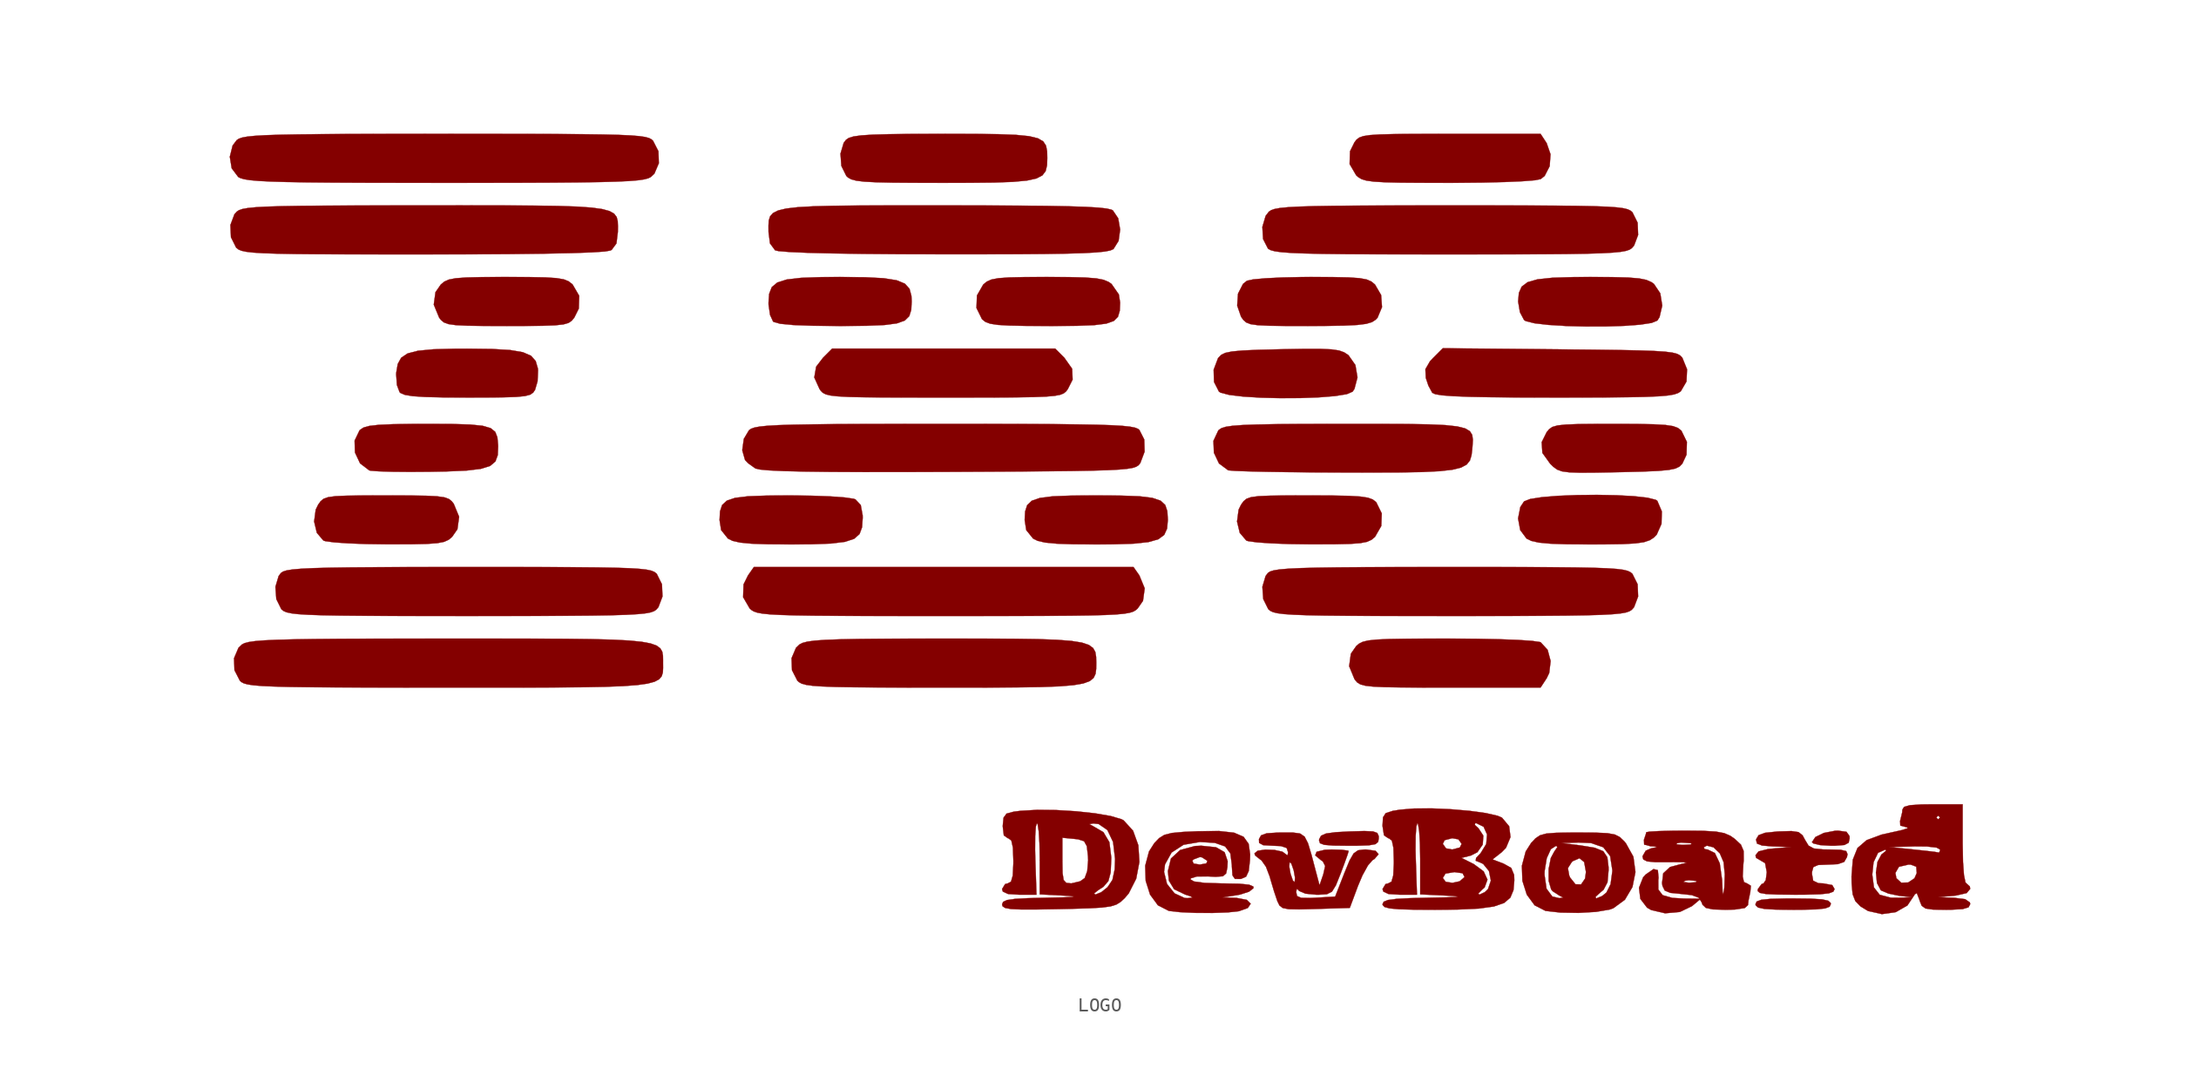
<source format=kicad_sym>
(kicad_symbol_lib
  (version 20220914)
  (generator "bitmap2component")
  (generator_version "9.0")
  (symbol "LOGO"
    (pin_names
      (offset 1.016))
    (property "Reference" "#G"
      (at 0 66.918 0)
      (effects (font (size 1.27 1.27)) hide))
    (symbol "LOGO_0_0"
      (polyline (pts (xy 10.263 -35.585) (xy 11.045 -35.499) (xy 11.683 -35.271) (xy 11.888 -34.962) (xy 11.613 -34.687) (xy 10.876 -34.549) (xy 9.863 -34.511) (xy 10.922 -34.346) (xy 11.133 -34.307) (xy 11.778 -34.097) (xy 12.093 -33.844) (xy 12.077 -33.728) (xy 11.772 -33.598) (xy 11.064 -33.528) (xy 9.885 -33.506) (xy 9.787 -33.506) (xy 8.583 -33.469) (xy 7.827 -33.37) (xy 7.566 -33.216) (xy 7.602 -33.139) (xy 8.025 -33.01) (xy 8.849 -33.005) (xy 9.372 -33.032) (xy 9.898 -32.993) (xy 10.13 -32.785) (xy 10.22 -32.334) (xy 10.237 -31.913) (xy 10.017 -31.267) (xy 9.403 -30.913) (xy 8.344 -30.804) (xy 7.889 -30.825) (xy 6.827 -31.112) (xy 6.17 -31.721) (xy 6.13 -31.885) (xy 7.701 -31.885) (xy 7.788 -31.786) (xy 8.241 -31.615) (xy 8.39 -31.634) (xy 8.782 -31.885) (xy 8.711 -32.071) (xy 8.241 -32.155) (xy 7.798 -32.084) (xy 7.701 -31.885) (xy 6.13 -31.885) (xy 5.949 -32.628) (xy 6.021 -33.307) (xy 6.394 -33.925) (xy 7.184 -34.305) (xy 7.574 -34.43) (xy 7.706 -34.527) (xy 7.363 -34.564) (xy 7.152 -34.553) (xy 6.425 -34.218) (xy 5.885 -33.543) (xy 5.674 -32.683) (xy 5.742 -32.141) (xy 6.215 -31.29) (xy 7.075 -30.734) (xy 8.247 -30.534) (xy 9.32 -30.599) (xy 10.054 -30.854) (xy 10.432 -31.361) (xy 10.538 -32.184) (xy 10.539 -32.287) (xy 10.582 -32.928) (xy 10.757 -33.183) (xy 11.146 -33.187) (xy 11.206 -33.178) (xy 11.561 -33.023) (xy 11.746 -32.624) (xy 11.836 -31.833) (xy 11.849 -31.421) (xy 11.741 -30.666) (xy 11.38 -30.162) (xy 10.698 -29.869) (xy 9.624 -29.749) (xy 8.089 -29.764) (xy 7.062 -29.811) (xy 6.233 -29.888) (xy 5.698 -30.024) (xy 5.323 -30.254) (xy 4.975 -30.617) (xy 4.595 -31.214) (xy 4.322 -32.239) (xy 4.357 -33.319) (xy 4.671 -34.311) (xy 5.235 -35.078) (xy 6.018 -35.478) (xy 6.814 -35.569) (xy 7.934 -35.62) (xy 9.155 -35.625) (xy 10.263 -35.585)) (stroke (width 0.01) (type default)) (fill (type outline)))
      (polyline (pts (xy 36.653 -35.548) (xy 37.627 -35.384) (xy 37.898 -35.289) (xy 38.731 -34.679) (xy 39.273 -33.766) (xy 39.487 -32.692) (xy 39.341 -31.595) (xy 38.799 -30.617) (xy 38.677 -30.477) (xy 38.37 -30.182) (xy 38.01 -30) (xy 37.476 -29.903) (xy 36.646 -29.865) (xy 35.398 -29.858) (xy 34.892 -29.859) (xy 33.809 -29.874) (xy 33.099 -29.93) (xy 32.642 -30.054) (xy 32.316 -30.274) (xy 32.003 -30.61) (xy 34.182 -30.61) (xy 35.405 -30.572) (xy 36.294 -30.609) (xy 37.179 -30.914) (xy 37.675 -31.55) (xy 37.83 -32.557) (xy 37.829 -32.638) (xy 37.705 -33.563) (xy 37.405 -34.163) (xy 37.096 -34.412) (xy 36.669 -34.587) (xy 36.625 -34.465) (xy 36.959 -34.166) (xy 37.207 -33.955) (xy 37.483 -33.423) (xy 37.559 -32.561) (xy 37.557 -32.333) (xy 37.471 -31.628) (xy 37.18 -31.199) (xy 36.571 -30.949) (xy 35.533 -30.779) (xy 34.182 -30.61) (xy 32.003 -30.61) (xy 31.997 -30.617) (xy 31.617 -31.214) (xy 31.343 -32.239) (xy 31.364 -32.894) (xy 32.966 -32.894) (xy 32.974 -32.613) (xy 33.123 -31.7) (xy 33.419 -31.051) (xy 33.805 -30.804) (xy 33.885 -30.904) (xy 33.661 -31.229) (xy 33.417 -31.684) (xy 33.275 -32.409) (xy 34.642 -32.409) (xy 34.919 -31.978) (xy 34.991 -31.91) (xy 35.472 -31.7) (xy 35.81 -31.974) (xy 35.938 -32.683) (xy 35.876 -33.157) (xy 35.589 -33.577) (xy 35.187 -33.568) (xy 34.801 -33.086) (xy 34.737 -32.938) (xy 34.642 -32.409) (xy 33.275 -32.409) (xy 33.26 -32.484) (xy 33.262 -33.323) (xy 33.443 -33.939) (xy 33.561 -34.075) (xy 34.047 -34.39) (xy 34.062 -34.396) (xy 34.308 -34.522) (xy 34.033 -34.566) (xy 33.525 -34.446) (xy 33.109 -33.884) (xy 32.966 -32.894) (xy 31.364 -32.894) (xy 31.378 -33.319) (xy 31.693 -34.311) (xy 32.256 -35.078) (xy 33.039 -35.478) (xy 34.102 -35.598) (xy 35.395 -35.621) (xy 36.653 -35.548)) (stroke (width 0.01) (type default)) (fill (type outline)))
      (polyline (pts (xy 42.674 -35.553) (xy 43.542 -35.137) (xy 44.18 -34.605) (xy 42.964 -34.592) (xy 42.136 -34.547) (xy 41.439 -34.35) (xy 41.13 -33.943) (xy 41.126 -33.266) (xy 41.145 -33.107) (xy 41.095 -32.555) (xy 40.785 -32.477) (xy 40.215 -32.873) (xy 40.04 -33.065) (xy 39.742 -33.819) (xy 39.84 -34.619) (xy 40.322 -35.247) (xy 40.62 -35.416) (xy 41.616 -35.65) (xy 42.674 -35.553)) (stroke (width 0.01) (type default)) (fill (type outline)))
      (polyline (pts (xy 58.162 -35.567) (xy 58.995 -35.092) (xy 59.513 -34.317) (xy 59.522 -34.292) (xy 59.671 -34.204) (xy 59.848 -34.655) (xy 59.873 -34.745) (xy 60.021 -35.111) (xy 60.295 -35.306) (xy 60.833 -35.384) (xy 61.773 -35.398) (xy 62.128 -35.395) (xy 62.958 -35.348) (xy 63.381 -35.221) (xy 63.5 -34.992) (xy 63.477 -34.872) (xy 63.142 -34.639) (xy 62.352 -34.54) (xy 61.203 -34.493) (xy 62.352 -34.389) (xy 62.485 -34.376) (xy 63.248 -34.2) (xy 63.5 -33.896) (xy 63.472 -33.724) (xy 63.23 -33.506) (xy 63.16 -33.43) (xy 63.053 -32.913) (xy 62.984 -31.968) (xy 62.959 -30.669) (xy 62.959 -27.832) (xy 60.798 -27.832) (xy 59.991 -27.841) (xy 59.179 -27.896) (xy 58.757 -28.016) (xy 58.636 -28.215) (xy 58.621 -28.417) (xy 58.533 -28.778) (xy 61.068 -28.778) (xy 61.203 -28.642) (xy 61.338 -28.778) (xy 61.203 -28.913) (xy 61.068 -28.778) (xy 58.533 -28.778) (xy 58.472 -29.026) (xy 58.487 -29.36) (xy 58.945 -29.48) (xy 58.965 -29.481) (xy 59.025 -29.543) (xy 58.636 -29.672) (xy 57.876 -29.842) (xy 57.143 -30.006) (xy 56.073 -30.4) (xy 55.496 -30.898) (xy 57.69 -30.898) (xy 59.514 -30.851) (xy 60.407 -30.859) (xy 61.087 -30.937) (xy 61.338 -31.074) (xy 61.336 -31.14) (xy 61.271 -31.298) (xy 61.01 -31.252) (xy 60.352 -31.171) (xy 59.447 -31.074) (xy 57.69 -30.898) (xy 55.496 -30.898) (xy 55.414 -30.968) (xy 55.08 -31.803) (xy 54.998 -32.871) (xy 56.474 -32.871) (xy 56.567 -31.988) (xy 56.889 -31.312) (xy 57.407 -31.083) (xy 57.48 -31.147) (xy 57.218 -31.366) (xy 57.133 -31.43) (xy 56.85 -31.964) (xy 56.74 -32.727) (xy 56.742 -32.752) (xy 58.134 -32.752) (xy 58.39 -32.313) (xy 59.076 -32.155) (xy 59.237 -32.16) (xy 59.63 -32.306) (xy 59.668 -32.763) (xy 59.5 -33.141) (xy 59.054 -33.44) (xy 58.551 -33.455) (xy 58.206 -33.133) (xy 58.134 -32.752) (xy 56.742 -32.752) (xy 56.813 -33.481) (xy 57.084 -33.992) (xy 57.108 -34.011) (xy 57.629 -34.233) (xy 58.367 -34.387) (xy 59.312 -34.501) (xy 58.366 -34.536) (xy 57.803 -34.53) (xy 57.011 -34.322) (xy 56.595 -33.793) (xy 56.474 -32.871) (xy 54.998 -32.871) (xy 54.988 -32.997) (xy 54.994 -33.502) (xy 55.066 -34.279) (xy 55.259 -34.772) (xy 55.626 -35.151) (xy 56.171 -35.484) (xy 57.169 -35.709) (xy 58.162 -35.567)) (stroke (width 0.01) (type default)) (fill (type outline)))
      (polyline (pts (xy -3.47 -35.377) (xy -1.897 -35.35) (xy -1.034 -35.331) (xy 0.287 -35.292) (xy 1.213 -35.239) (xy 1.837 -35.155) (xy 2.254 -35.024) (xy 2.561 -34.832) (xy 2.851 -34.562) (xy 3.139 -34.226) (xy 3.676 -33.169) (xy 3.905 -31.967) (xy 3.829 -30.769) (xy 3.451 -29.724) (xy 2.772 -28.98) (xy 2.622 -28.901) (xy 1.853 -28.673) (xy 0.726 -28.479) (xy -0.622 -28.332) (xy -2.054 -28.245) (xy -3.432 -28.23) (xy -4.619 -28.299) (xy -5.108 -28.36) (xy -5.625 -28.5) (xy -5.838 -28.79) (xy -5.894 -29.351) (xy -5.896 -29.418) (xy -5.819 -30.062) (xy -5.531 -30.264) (xy -5.497 -30.265) (xy -5.28 -30.431) (xy -5.167 -30.939) (xy -5.134 -31.885) (xy -5.135 -32.08) (xy -5.178 -32.94) (xy -5.304 -33.382) (xy -5.539 -33.506) (xy -5.728 -33.553) (xy -5.945 -33.912) (xy -5.891 -34.09) (xy -5.518 -34.265) (xy -4.71 -34.317) (xy -3.476 -34.317) (xy -3.562 -31.749) (xy -3.577 -31.083) (xy -3.57 -30.105) (xy -3.524 -29.432) (xy -3.445 -29.182) (xy -3.403 -29.252) (xy 0.314 -29.252) (xy 0.608 -29.204) (xy 0.981 -29.245) (xy 1.611 -29.68) (xy 2.018 -30.536) (xy 2.162 -31.75) (xy 2.134 -32.495) (xy 1.971 -33.256) (xy 1.621 -33.776) (xy 1.168 -34.139) (xy 0.743 -34.309) (xy 0.656 -34.226) (xy 0.946 -33.994) (xy 1.321 -33.753) (xy 1.679 -33.338) (xy 1.845 -32.717) (xy 1.887 -31.724) (xy 1.887 -31.635) (xy 1.751 -30.546) (xy 1.324 -29.829) (xy 0.54 -29.375) (xy 0.54 -29.374) (xy 0.314 -29.252) (xy -3.403 -29.252) (xy -3.393 -29.267) (xy -3.316 -29.775) (xy -3.263 -30.637) (xy -3.243 -31.738) (xy -3.243 -31.868) (xy -1.621 -31.868) (xy -1.621 -30.23) (xy -0.743 -30.314) (xy -0.494 -30.342) (xy -0.062 -30.479) (xy 0.134 -30.833) (xy 0.219 -31.567) (xy 0.23 -31.848) (xy 0.164 -32.624) (xy -0.017 -33.121) (xy -0.341 -33.354) (xy -0.979 -33.506) (xy -0.986 -33.506) (xy -1.338 -33.467) (xy -1.528 -33.264) (xy -1.606 -32.773) (xy -1.621 -31.868) (xy -3.243 -31.868) (xy -3.243 -34.292) (xy -1.419 -34.387) (xy -1.198 -34.399) (xy -0.793 -34.44) (xy -0.923 -34.476) (xy -1.583 -34.508) (xy -2.77 -34.534) (xy -4.071 -34.565) (xy -5.018 -34.616) (xy -5.59 -34.699) (xy -5.87 -34.827) (xy -5.945 -35.012) (xy -5.909 -35.147) (xy -5.722 -35.269) (xy -5.305 -35.343) (xy -4.58 -35.377) (xy -3.47 -35.377)) (stroke (width 0.01) (type default)) (fill (type outline)))
      (polyline (pts (xy 16.521 -35.34) (xy 18.998 -35.263) (xy 19.589 -33.676) (xy 19.904 -32.934) (xy 20.301 -32.214) (xy 20.628 -31.839) (xy 20.771 -31.752) (xy 21.061 -31.412) (xy 20.851 -31.168) (xy 20.173 -31.074) (xy 20.039 -31.075) (xy 19.59 -31.131) (xy 19.272 -31.356) (xy 18.98 -31.862) (xy 18.61 -32.763) (xy 17.949 -34.452) (xy 16.541 -34.534) (xy 16.169 -34.552) (xy 15.51 -34.541) (xy 15.213 -34.411) (xy 15.153 -34.128) (xy 15.193 -33.894) (xy 15.311 -33.979) (xy 15.359 -34.047) (xy 15.82 -34.242) (xy 16.603 -34.317) (xy 16.782 -34.317) (xy 17.36 -34.279) (xy 17.721 -34.095) (xy 18.001 -33.644) (xy 18.337 -32.807) (xy 18.595 -32.121) (xy 18.826 -31.477) (xy 18.915 -31.186) (xy 18.859 -31.152) (xy 18.424 -31.096) (xy 17.699 -31.074) (xy 17.204 -31.095) (xy 16.618 -31.238) (xy 16.516 -31.493) (xy 16.923 -31.834) (xy 17.061 -31.925) (xy 17.23 -32.259) (xy 17.095 -32.861) (xy 16.826 -33.641) (xy 16.505 -32.425) (xy 16.249 -31.454) (xy 16.002 -30.628) (xy 15.756 -30.15) (xy 15.425 -29.925) (xy 14.925 -29.859) (xy 14.167 -29.858) (xy 13.805 -29.861) (xy 13.032 -29.913) (xy 12.632 -30.059) (xy 12.481 -30.331) (xy 12.494 -30.602) (xy 12.785 -30.763) (xy 13.491 -30.804) (xy 14.053 -30.828) (xy 14.471 -30.966) (xy 14.57 -31.277) (xy 14.531 -31.507) (xy 14.412 -31.412) (xy 14.162 -31.229) (xy 13.598 -31.106) (xy 12.938 -31.082) (xy 12.389 -31.163) (xy 12.159 -31.353) (xy 12.206 -31.5) (xy 12.562 -31.786) (xy 12.656 -31.846) (xy 12.971 -32.293) (xy 14.654 -32.293) (xy 14.681 -31.976) (xy 14.812 -32.097) (xy 14.977 -32.58) (xy 15.069 -33.099) (xy 15.042 -33.416) (xy 14.912 -33.294) (xy 14.746 -32.812) (xy 14.654 -32.293) (xy 12.971 -32.293) (xy 12.983 -32.309) (xy 13.257 -33.027) (xy 13.303 -33.197) (xy 13.563 -34.072) (xy 13.797 -34.766) (xy 13.808 -34.794) (xy 13.953 -35.09) (xy 14.182 -35.269) (xy 14.612 -35.354) (xy 15.353 -35.37) (xy 16.521 -35.34)) (stroke (width 0.01) (type default)) (fill (type outline)))
      (polyline (pts (xy 26.718 -35.383) (xy 28.233 -35.314) (xy 29.328 -35.164) (xy 30.067 -34.91) (xy 30.515 -34.528) (xy 30.738 -33.992) (xy 30.8 -33.28) (xy 30.783 -32.893) (xy 30.577 -32.395) (xy 30.02 -32.083) (xy 29.235 -31.786) (xy 29.885 -31.276) (xy 30.206 -30.948) (xy 30.525 -30.183) (xy 30.428 -29.404) (xy 29.913 -28.789) (xy 29.601 -28.654) (xy 28.751 -28.46) (xy 27.588 -28.3) (xy 26.253 -28.185) (xy 24.885 -28.125) (xy 23.624 -28.132) (xy 22.609 -28.216) (xy 22.071 -28.304) (xy 21.574 -28.466) (xy 21.38 -28.767) (xy 21.347 -29.335) (xy 21.347 -29.392) (xy 21.45 -30.055) (xy 21.752 -30.264) (xy 21.801 -30.267) (xy 22.016 -30.438) (xy 22.126 -30.944) (xy 22.157 -31.885) (xy 22.157 -32.08) (xy 22.114 -32.94) (xy 21.987 -33.382) (xy 21.752 -33.506) (xy 21.563 -33.553) (xy 21.347 -33.912) (xy 21.401 -34.09) (xy 21.773 -34.265) (xy 22.581 -34.317) (xy 23.816 -34.317) (xy 23.73 -31.749) (xy 23.714 -31.083) (xy 23.722 -30.105) (xy 23.768 -29.432) (xy 23.846 -29.182) (xy 23.898 -29.267) (xy 23.976 -29.775) (xy 24.029 -30.638) (xy 24.03 -30.669) (xy 25.67 -30.669) (xy 25.802 -30.405) (xy 26.346 -30.264) (xy 26.786 -30.343) (xy 27.021 -30.669) (xy 26.889 -30.933) (xy 26.346 -31.074) (xy 25.905 -30.995) (xy 25.67 -30.669) (xy 24.03 -30.669) (xy 24.048 -31.677) (xy 27.008 -31.677) (xy 27.686 -31.507) (xy 28.15 -31.271) (xy 28.533 -30.719) (xy 28.576 -30.078) (xy 28.225 -29.546) (xy 27.967 -29.31) (xy 27.996 -29.183) (xy 28.07 -29.186) (xy 28.596 -29.442) (xy 28.844 -29.996) (xy 28.784 -30.681) (xy 28.386 -31.331) (xy 28.058 -31.679) (xy 28.03 -31.88) (xy 28.386 -32.024) (xy 28.566 -32.11) (xy 28.98 -32.62) (xy 29.118 -33.306) (xy 28.91 -33.915) (xy 28.686 -34.13) (xy 28.288 -34.317) (xy 28.217 -34.232) (xy 28.485 -33.961) (xy 28.672 -33.793) (xy 28.873 -33.235) (xy 28.602 -32.644) (xy 27.892 -32.119) (xy 27.008 -31.677) (xy 24.048 -31.677) (xy 24.049 -31.738) (xy 24.049 -33.119) (xy 25.67 -33.119) (xy 25.862 -32.802) (xy 26.503 -32.696) (xy 27.084 -32.776) (xy 27.226 -33.033) (xy 27.213 -33.066) (xy 26.88 -33.354) (xy 26.36 -33.467) (xy 25.881 -33.393) (xy 25.67 -33.119) (xy 24.049 -33.119) (xy 24.049 -34.293) (xy 26.008 -34.386) (xy 26.388 -34.407) (xy 26.752 -34.445) (xy 26.588 -34.478) (xy 25.89 -34.508) (xy 24.657 -34.533) (xy 23.353 -34.563) (xy 22.353 -34.614) (xy 21.74 -34.695) (xy 21.432 -34.818) (xy 21.347 -34.992) (xy 21.355 -35.054) (xy 21.491 -35.2) (xy 21.858 -35.299) (xy 22.531 -35.36) (xy 23.59 -35.39) (xy 25.112 -35.398) (xy 26.718 -35.383)) (stroke (width 0.01) (type default)) (fill (type outline)))
      (polyline (pts (xy 46.612 -35.382) (xy 47.328 -35.274) (xy 47.561 -35.06) (xy 47.595 -34.743) (xy 47.728 -34.114) (xy 47.767 -33.674) (xy 47.493 -33.506) (xy 47.272 -33.41) (xy 47.18 -33.012) (xy 47.222 -32.199) (xy 47.251 -31.868) (xy 47.246 -31.173) (xy 47.054 -30.724) (xy 46.605 -30.307) (xy 46.304 -30.096) (xy 45.862 -29.902) (xy 45.259 -29.789) (xy 44.368 -29.736) (xy 43.062 -29.723) (xy 42.188 -29.729) (xy 41.193 -29.752) (xy 40.513 -29.79) (xy 40.262 -29.836) (xy 40.241 -29.946) (xy 40.098 -30.377) (xy 40.111 -30.696) (xy 42.407 -30.696) (xy 42.491 -30.618) (xy 42.751 -30.576) (xy 43.437 -30.618) (xy 43.513 -30.643) (xy 43.455 -30.713) (xy 42.964 -30.741) (xy 42.78 -30.739) (xy 42.407 -30.696) (xy 40.111 -30.696) (xy 40.112 -30.712) (xy 40.571 -30.841) (xy 40.923 -30.864) (xy 41.023 -30.904) (xy 40.976 -30.915) (xy 44.385 -30.915) (xy 44.612 -30.797) (xy 45.09 -30.918) (xy 45.541 -31.352) (xy 45.812 -31.986) (xy 45.895 -32.846) (xy 45.865 -33.795) (xy 45.839 -34.001) (xy 45.78 -34.301) (xy 45.741 -34.117) (xy 45.709 -33.421) (xy 45.703 -33.265) (xy 45.536 -32.068) (xy 45.186 -31.328) (xy 44.666 -31.074) (xy 44.457 -31.05) (xy 44.385 -30.915) (xy 40.976 -30.915) (xy 40.599 -30.995) (xy 40.224 -31.161) (xy 39.991 -31.566) (xy 40.052 -31.788) (xy 40.327 -31.928) (xy 40.923 -31.985) (xy 41.95 -31.983) (xy 42.223 -31.98) (xy 42.911 -31.986) (xy 43.178 -32.019) (xy 42.965 -32.073) (xy 42.912 -32.08) (xy 41.966 -32.332) (xy 41.48 -32.782) (xy 41.406 -33.405) (xy 42.926 -33.405) (xy 43.036 -33.319) (xy 43.311 -33.276) (xy 43.847 -33.329) (xy 43.871 -33.34) (xy 43.831 -33.424) (xy 43.369 -33.454) (xy 43.285 -33.452) (xy 42.926 -33.405) (xy 41.406 -33.405) (xy 41.396 -33.483) (xy 41.428 -33.689) (xy 41.59 -34.021) (xy 41.994 -34.185) (xy 42.791 -34.265) (xy 43.528 -34.346) (xy 44.028 -34.533) (xy 44.241 -34.873) (xy 44.298 -35.035) (xy 44.539 -35.264) (xy 45.051 -35.371) (xy 45.968 -35.398) (xy 46.612 -35.382)) (stroke (width 0.01) (type default)) (fill (type outline)))
      (polyline (pts (xy 51.362 -35.396) (xy 52.432 -35.37) (xy 53.086 -35.303) (xy 53.413 -35.181) (xy 53.502 -34.992) (xy 53.489 -34.908) (xy 53.316 -34.748) (xy 52.869 -34.65) (xy 52.06 -34.601) (xy 50.8 -34.587) (xy 50.238 -34.589) (xy 49.168 -34.615) (xy 48.514 -34.682) (xy 48.187 -34.803) (xy 48.098 -34.992) (xy 48.111 -35.077) (xy 48.284 -35.237) (xy 48.731 -35.335) (xy 49.54 -35.384) (xy 50.8 -35.398) (xy 51.362 -35.396)) (stroke (width 0.01) (type default)) (fill (type outline)))
      (polyline (pts (xy 51.68 -34.314) (xy 52.726 -34.286) (xy 53.366 -34.217) (xy 53.685 -34.097) (xy 53.772 -33.912) (xy 53.605 -33.627) (xy 52.962 -33.506) (xy 52.609 -33.49) (xy 52.238 -33.314) (xy 52.151 -32.831) (xy 52.154 -32.674) (xy 52.252 -32.33) (xy 52.597 -32.185) (xy 53.335 -32.155) (xy 54.001 -32.124) (xy 54.461 -31.965) (xy 54.661 -31.615) (xy 54.7 -31.405) (xy 54.605 -31.188) (xy 54.206 -31.095) (xy 53.385 -31.074) (xy 52.954 -31.07) (xy 52.281 -31) (xy 51.904 -30.795) (xy 51.654 -30.385) (xy 51.476 -30.056) (xy 51.188 -29.827) (xy 50.679 -29.752) (xy 49.789 -29.777) (xy 49.649 -29.785) (xy 48.782 -29.876) (xy 48.321 -30.045) (xy 48.148 -30.331) (xy 48.141 -30.375) (xy 48.204 -30.648) (xy 48.572 -30.791) (xy 49.361 -30.853) (xy 50.665 -30.902) (xy 49.381 -31.003) (xy 48.996 -31.042) (xy 48.314 -31.213) (xy 48.098 -31.494) (xy 48.145 -31.676) (xy 48.503 -31.885) (xy 48.788 -32.052) (xy 48.908 -32.696) (xy 48.908 -32.705) (xy 48.837 -33.271) (xy 48.667 -33.506) (xy 48.535 -33.554) (xy 48.27 -33.912) (xy 48.252 -34.05) (xy 48.409 -34.186) (xy 48.853 -34.267) (xy 49.67 -34.307) (xy 50.944 -34.317) (xy 51.68 -34.314)) (stroke (width 0.01) (type default)) (fill (type outline)))
      (polyline (pts (xy 19.533 -30.802) (xy 20.371 -30.773) (xy 20.835 -30.691) (xy 21.034 -30.526) (xy 21.076 -30.252) (xy 21.069 -30.101) (xy 20.97 -29.886) (xy 20.663 -29.777) (xy 20.038 -29.75) (xy 18.985 -29.779) (xy 17.984 -29.833) (xy 17.294 -29.927) (xy 16.937 -30.084) (xy 16.804 -30.331) (xy 16.792 -30.422) (xy 16.861 -30.624) (xy 17.167 -30.739) (xy 17.812 -30.792) (xy 18.895 -30.804) (xy 19.533 -30.802)) (stroke (width 0.01) (type default)) (fill (type outline)))
      (polyline (pts (xy 53.815 -30.802) (xy 54.48 -30.75) (xy 54.782 -30.588) (xy 54.853 -30.264) (xy 54.842 -30.108) (xy 54.626 -29.804) (xy 54.025 -29.723) (xy 53.808 -29.731) (xy 53.002 -29.885) (xy 52.392 -30.181) (xy 52.151 -30.544) (xy 52.242 -30.637) (xy 52.731 -30.757) (xy 53.502 -30.804) (xy 53.815 -30.802)) (stroke (width 0.01) (type default)) (fill (type outline)))
      (polyline (pts (xy -40.66 -19.455) (xy -38.169 -19.449) (xy -36.111 -19.433) (xy -34.444 -19.402) (xy -33.128 -19.352) (xy -32.12 -19.277) (xy -31.381 -19.173) (xy -30.868 -19.035) (xy -30.541 -18.859) (xy -30.358 -18.639) (xy -30.278 -18.371) (xy -30.261 -18.051) (xy -30.264 -17.672) (xy -30.263 -17.514) (xy -30.27 -17.17) (xy -30.322 -16.881) (xy -30.46 -16.641) (xy -30.725 -16.445) (xy -31.159 -16.29) (xy -31.804 -16.171) (xy -32.7 -16.082) (xy -33.888 -16.02) (xy -35.41 -15.98) (xy -37.308 -15.957) (xy -39.623 -15.946) (xy -42.395 -15.943) (xy -45.666 -15.943) (xy -48.325 -15.944) (xy -51.09 -15.948) (xy -53.394 -15.958) (xy -55.281 -15.974) (xy -56.794 -15.997) (xy -57.977 -16.029) (xy -58.873 -16.071) (xy -59.527 -16.124) (xy -59.982 -16.19) (xy -60.281 -16.269) (xy -60.468 -16.363) (xy -60.719 -16.602) (xy -61.036 -17.347) (xy -61.008 -18.206) (xy -60.621 -18.961) (xy -60.507 -19.064) (xy -60.33 -19.156) (xy -60.05 -19.232) (xy -59.625 -19.295) (xy -59.01 -19.344) (xy -58.161 -19.382) (xy -57.036 -19.411) (xy -55.589 -19.431) (xy -53.777 -19.444) (xy -51.556 -19.451) (xy -48.883 -19.454) (xy -45.713 -19.455) (xy -43.624 -19.456) (xy -40.66 -19.455)) (stroke (width 0.01) (type default)) (fill (type outline)))
      (polyline (pts (xy -7.008 -19.454) (xy -4.862 -19.444) (xy -3.15 -19.418) (xy -1.822 -19.368) (xy -0.83 -19.285) (xy -0.125 -19.163) (xy 0.342 -18.993) (xy 0.621 -18.766) (xy 0.759 -18.476) (xy 0.806 -18.114) (xy 0.811 -17.672) (xy 0.802 -17.258) (xy 0.743 -16.904) (xy 0.585 -16.619) (xy 0.279 -16.397) (xy -0.225 -16.23) (xy -0.974 -16.11) (xy -2.019 -16.029) (xy -3.409 -15.979) (xy -5.191 -15.954) (xy -7.417 -15.944) (xy -10.133 -15.943) (xy -12.194 -15.944) (xy -14.416 -15.952) (xy -16.192 -15.968) (xy -17.576 -15.995) (xy -18.621 -16.034) (xy -19.38 -16.088) (xy -19.907 -16.16) (xy -20.254 -16.251) (xy -20.476 -16.363) (xy -20.727 -16.602) (xy -21.045 -17.347) (xy -21.016 -18.206) (xy -20.63 -18.961) (xy -20.516 -19.067) (xy -20.319 -19.175) (xy -20.008 -19.261) (xy -19.531 -19.328) (xy -18.834 -19.377) (xy -17.864 -19.412) (xy -16.566 -19.435) (xy -14.889 -19.448) (xy -12.778 -19.454) (xy -10.18 -19.455) (xy -9.636 -19.455) (xy -7.008 -19.454)) (stroke (width 0.01) (type default)) (fill (type outline)))
      (polyline (pts (xy 33.119 -18.791) (xy 33.302 -18.409) (xy 33.404 -17.555) (xy 33.189 -16.75) (xy 32.691 -16.21) (xy 32.626 -16.187) (xy 32.068 -16.107) (xy 31.062 -16.039) (xy 29.682 -15.988) (xy 28.002 -15.954) (xy 26.093 -15.943) (xy 24.651 -15.944) (xy 23.012 -15.952) (xy 21.792 -15.973) (xy 20.918 -16.014) (xy 20.319 -16.079) (xy 19.923 -16.175) (xy 19.659 -16.308) (xy 19.455 -16.483) (xy 19.074 -17.03) (xy 18.952 -17.925) (xy 19.335 -18.855) (xy 19.386 -18.926) (xy 19.539 -19.098) (xy 19.757 -19.229) (xy 20.106 -19.323) (xy 20.656 -19.386) (xy 21.474 -19.425) (xy 22.629 -19.446) (xy 24.188 -19.454) (xy 26.22 -19.455) (xy 32.683 -19.455) (xy 33.119 -18.791)) (stroke (width 0.01) (type default)) (fill (type outline)))
      (polyline (pts (xy -41.989 -14.32) (xy -39.345 -14.316) (xy -37.162 -14.307) (xy -35.394 -14.292) (xy -33.994 -14.269) (xy -32.917 -14.236) (xy -32.117 -14.191) (xy -31.547 -14.135) (xy -31.161 -14.064) (xy -30.913 -13.978) (xy -30.758 -13.874) (xy -30.595 -13.689) (xy -30.305 -12.922) (xy -30.343 -12.044) (xy -30.711 -11.303) (xy -30.747 -11.265) (xy -30.889 -11.158) (xy -31.108 -11.069) (xy -31.451 -10.996) (xy -31.965 -10.938) (xy -32.694 -10.893) (xy -33.685 -10.861) (xy -34.986 -10.837) (xy -36.641 -10.822) (xy -38.699 -10.813) (xy -41.203 -10.809) (xy -44.202 -10.809) (xy -45.735 -10.809) (xy -48.516 -10.812) (xy -50.825 -10.821) (xy -52.704 -10.835) (xy -54.201 -10.857) (xy -55.361 -10.889) (xy -56.227 -10.931) (xy -56.846 -10.985) (xy -57.263 -11.052) (xy -57.523 -11.135) (xy -57.671 -11.233) (xy -57.837 -11.45) (xy -58.069 -12.23) (xy -58.005 -13.108) (xy -57.649 -13.827) (xy -57.617 -13.861) (xy -57.476 -13.969) (xy -57.259 -14.059) (xy -56.92 -14.132) (xy -56.412 -14.191) (xy -55.688 -14.235) (xy -54.703 -14.269) (xy -53.41 -14.292) (xy -51.762 -14.307) (xy -49.714 -14.316) (xy -47.217 -14.32) (xy -44.227 -14.321) (xy -41.989 -14.32)) (stroke (width 0.01) (type default)) (fill (type outline)))
      (polyline (pts (xy -7.532 -14.321) (xy -4.92 -14.318) (xy -2.763 -14.312) (xy -1.015 -14.3) (xy 0.37 -14.28) (xy 1.438 -14.251) (xy 2.236 -14.211) (xy 2.809 -14.158) (xy 3.205 -14.09) (xy 3.468 -14.006) (xy 3.645 -13.903) (xy 3.783 -13.781) (xy 4.164 -13.234) (xy 4.286 -12.338) (xy 3.903 -11.409) (xy 3.482 -10.809) (xy -10.133 -10.809) (xy -23.748 -10.809) (xy -24.169 -11.409) (xy -24.49 -12.055) (xy -24.52 -12.971) (xy -24.049 -13.781) (xy -23.934 -13.886) (xy -23.766 -13.991) (xy -23.519 -14.078) (xy -23.147 -14.148) (xy -22.604 -14.204) (xy -21.843 -14.245) (xy -20.819 -14.276) (xy -19.486 -14.297) (xy -17.797 -14.31) (xy -15.706 -14.318) (xy -13.166 -14.321) (xy -10.133 -14.321) (xy -7.532 -14.321)) (stroke (width 0.01) (type default)) (fill (type outline)))
      (polyline (pts (xy 27.838 -14.321) (xy 30.521 -14.317) (xy 32.736 -14.309) (xy 34.529 -14.294) (xy 35.948 -14.271) (xy 37.04 -14.239) (xy 37.851 -14.195) (xy 38.428 -14.138) (xy 38.819 -14.067) (xy 39.07 -13.979) (xy 39.227 -13.874) (xy 39.39 -13.689) (xy 39.68 -12.922) (xy 39.643 -12.044) (xy 39.274 -11.303) (xy 39.26 -11.288) (xy 39.125 -11.175) (xy 38.921 -11.081) (xy 38.6 -11.005) (xy 38.116 -10.944) (xy 37.421 -10.898) (xy 36.468 -10.863) (xy 35.21 -10.839) (xy 33.6 -10.823) (xy 31.591 -10.814) (xy 29.136 -10.809) (xy 26.188 -10.809) (xy 25.217 -10.809) (xy 22.397 -10.812) (xy 20.058 -10.819) (xy 18.153 -10.833) (xy 16.637 -10.855) (xy 15.463 -10.886) (xy 14.586 -10.928) (xy 13.959 -10.982) (xy 13.537 -11.05) (xy 13.274 -11.133) (xy 13.125 -11.233) (xy 12.959 -11.45) (xy 12.727 -12.23) (xy 12.791 -13.108) (xy 13.147 -13.827) (xy 13.157 -13.838) (xy 13.291 -13.952) (xy 13.493 -14.046) (xy 13.81 -14.123) (xy 14.289 -14.184) (xy 14.979 -14.231) (xy 15.925 -14.266) (xy 17.175 -14.291) (xy 18.777 -14.307) (xy 20.777 -14.316) (xy 23.224 -14.32) (xy 26.164 -14.321) (xy 27.838 -14.321)) (stroke (width 0.01) (type default)) (fill (type outline)))
      (polyline (pts (xy -48.313 -9.175) (xy -47.214 -9.151) (xy -46.464 -9.097) (xy -45.972 -9.002) (xy -45.646 -8.855) (xy -45.396 -8.647) (xy -45.015 -8.1) (xy -44.892 -7.204) (xy -45.276 -6.275) (xy -45.409 -6.102) (xy -45.62 -5.928) (xy -45.95 -5.809) (xy -46.481 -5.734) (xy -47.299 -5.694) (xy -48.489 -5.678) (xy -50.134 -5.674) (xy -51.749 -5.676) (xy -52.942 -5.69) (xy -53.762 -5.727) (xy -54.293 -5.799) (xy -54.622 -5.917) (xy -54.831 -6.093) (xy -55.006 -6.339) (xy -55.179 -6.694) (xy -55.292 -7.543) (xy -55.098 -8.355) (xy -54.63 -8.907) (xy -54.489 -8.953) (xy -53.847 -9.04) (xy -52.824 -9.111) (xy -51.525 -9.159) (xy -50.057 -9.179) (xy -49.85 -9.179) (xy -48.313 -9.175)) (stroke (width 0.01) (type default)) (fill (type outline)))
      (polyline (pts (xy -19.648 -9.178) (xy -18.224 -9.125) (xy -17.216 -9.002) (xy -16.554 -8.783) (xy -16.168 -8.441) (xy -15.987 -7.952) (xy -15.943 -7.29) (xy -15.945 -7.11) (xy -16.083 -6.36) (xy -16.465 -5.954) (xy -16.591 -5.911) (xy -17.237 -5.817) (xy -18.282 -5.742) (xy -19.628 -5.692) (xy -21.175 -5.674) (xy -22.845 -5.685) (xy -24.172 -5.734) (xy -25.096 -5.846) (xy -25.691 -6.048) (xy -26.028 -6.363) (xy -26.177 -6.817) (xy -26.211 -7.435) (xy -26.097 -8.159) (xy -25.61 -8.767) (xy -25.28 -8.93) (xy -24.736 -9.055) (xy -23.912 -9.134) (xy -22.721 -9.175) (xy -21.077 -9.187) (xy -19.648 -9.178)) (stroke (width 0.01) (type default)) (fill (type outline)))
      (polyline (pts (xy 1.965 -9.181) (xy 3.469 -9.134) (xy 4.545 -9.021) (xy 5.261 -8.818) (xy 5.687 -8.502) (xy 5.892 -8.049) (xy 5.945 -7.435) (xy 5.945 -7.414) (xy 5.91 -6.807) (xy 5.76 -6.359) (xy 5.425 -6.048) (xy 4.833 -5.848) (xy 3.915 -5.735) (xy 2.597 -5.686) (xy 0.811 -5.674) (xy 0.751 -5.674) (xy -1.021 -5.686) (xy -2.326 -5.738) (xy -3.234 -5.853) (xy -3.817 -6.055) (xy -4.146 -6.37) (xy -4.291 -6.822) (xy -4.324 -7.435) (xy -4.21 -8.159) (xy -3.723 -8.767) (xy -3.393 -8.93) (xy -2.849 -9.055) (xy -2.025 -9.134) (xy -0.834 -9.175) (xy 0.811 -9.187) (xy 1.965 -9.181)) (stroke (width 0.01) (type default)) (fill (type outline)))
      (polyline (pts (xy 17.889 -9.175) (xy 18.988 -9.151) (xy 19.738 -9.097) (xy 20.23 -9.002) (xy 20.556 -8.855) (xy 20.806 -8.647) (xy 21.256 -7.864) (xy 21.291 -6.964) (xy 20.9 -6.169) (xy 20.871 -6.138) (xy 20.642 -5.961) (xy 20.296 -5.835) (xy 19.747 -5.752) (xy 18.911 -5.703) (xy 17.704 -5.68) (xy 16.042 -5.674) (xy 14.465 -5.676) (xy 13.268 -5.69) (xy 12.445 -5.727) (xy 11.911 -5.798) (xy 11.582 -5.916) (xy 11.372 -6.093) (xy 11.196 -6.339) (xy 11.023 -6.694) (xy 10.91 -7.543) (xy 11.104 -8.355) (xy 11.573 -8.907) (xy 11.714 -8.953) (xy 12.355 -9.04) (xy 13.378 -9.111) (xy 14.677 -9.159) (xy 16.145 -9.179) (xy 16.352 -9.179) (xy 17.889 -9.175)) (stroke (width 0.01) (type default)) (fill (type outline)))
      (polyline (pts (xy 37.275 -9.184) (xy 38.572 -9.164) (xy 39.481 -9.114) (xy 40.095 -9.026) (xy 40.508 -8.888) (xy 40.815 -8.691) (xy 41.013 -8.488) (xy 41.357 -7.71) (xy 41.379 -6.818) (xy 41.057 -6.061) (xy 40.944 -5.985) (xy 40.343 -5.835) (xy 39.365 -5.726) (xy 38.123 -5.659) (xy 36.731 -5.632) (xy 35.303 -5.647) (xy 33.952 -5.701) (xy 32.792 -5.795) (xy 31.937 -5.928) (xy 31.499 -6.099) (xy 31.23 -6.504) (xy 31.069 -7.325) (xy 31.223 -8.158) (xy 31.675 -8.767) (xy 32.016 -8.934) (xy 32.564 -9.057) (xy 33.392 -9.134) (xy 34.589 -9.175) (xy 36.239 -9.187) (xy 37.275 -9.184)) (stroke (width 0.01) (type default)) (fill (type outline)))
      (polyline (pts (xy -46.958 -3.974) (xy -45.794 -3.952) (xy -44.352 -3.888) (xy -43.334 -3.765) (xy -42.67 -3.558) (xy -42.289 -3.238) (xy -42.121 -2.781) (xy -42.094 -2.159) (xy -42.098 -2.039) (xy -42.148 -1.502) (xy -42.301 -1.111) (xy -42.631 -0.844) (xy -43.209 -0.676) (xy -44.109 -0.585) (xy -45.404 -0.548) (xy -47.166 -0.54) (xy -48.225 -0.543) (xy -49.646 -0.563) (xy -50.653 -0.608) (xy -51.327 -0.685) (xy -51.748 -0.802) (xy -51.997 -0.965) (xy -52.036 -1.006) (xy -52.389 -1.741) (xy -52.362 -2.595) (xy -51.998 -3.372) (xy -51.34 -3.875) (xy -51.235 -3.898) (xy -50.642 -3.943) (xy -49.66 -3.973) (xy -48.396 -3.984) (xy -46.958 -3.974)) (stroke (width 0.01) (type default)) (fill (type outline)))
      (polyline (pts (xy -13.108 -3.993) (xy -9.773 -3.982) (xy -7.578 -3.971) (xy -4.904 -3.956) (xy -2.692 -3.939) (xy -0.897 -3.919) (xy 0.527 -3.893) (xy 1.625 -3.86) (xy 2.444 -3.817) (xy 3.029 -3.763) (xy 3.425 -3.696) (xy 3.678 -3.613) (xy 3.835 -3.513) (xy 3.94 -3.393) (xy 3.972 -3.348) (xy 4.279 -2.534) (xy 4.253 -1.657) (xy 3.899 -0.965) (xy 3.807 -0.896) (xy 3.589 -0.81) (xy 3.229 -0.739) (xy 2.683 -0.681) (xy 1.908 -0.636) (xy 0.857 -0.601) (xy -0.512 -0.576) (xy -2.244 -0.558) (xy -4.384 -0.547) (xy -6.976 -0.542) (xy -10.063 -0.54) (xy -13.071 -0.542) (xy -15.664 -0.546) (xy -17.806 -0.556) (xy -19.541 -0.573) (xy -20.915 -0.597) (xy -21.973 -0.63) (xy -22.76 -0.674) (xy -23.32 -0.731) (xy -23.7 -0.801) (xy -23.943 -0.886) (xy -24.095 -0.988) (xy -24.47 -1.615) (xy -24.582 -2.43) (xy -24.383 -3.131) (xy -24.162 -3.363) (xy -23.644 -3.734) (xy -23.637 -3.738) (xy -23.313 -3.814) (xy -22.642 -3.876) (xy -21.595 -3.925) (xy -20.146 -3.96) (xy -18.267 -3.983) (xy -15.93 -3.994) (xy -13.108 -3.993)) (stroke (width 0.01) (type default)) (fill (type outline)))
      (polyline (pts (xy 22.6 -4.023) (xy 24.223 -3.993) (xy 25.458 -3.931) (xy 26.36 -3.828) (xy 26.983 -3.673) (xy 27.383 -3.457) (xy 27.613 -3.169) (xy 27.727 -2.8) (xy 27.782 -2.339) (xy 27.8 -2.119) (xy 27.825 -1.681) (xy 27.779 -1.331) (xy 27.611 -1.062) (xy 27.27 -0.862) (xy 26.701 -0.721) (xy 25.854 -0.628) (xy 24.676 -0.575) (xy 23.114 -0.549) (xy 21.117 -0.541) (xy 18.631 -0.54) (xy 17.766 -0.541) (xy 15.511 -0.546) (xy 13.722 -0.559) (xy 12.342 -0.584) (xy 11.316 -0.622) (xy 10.585 -0.677) (xy 10.095 -0.75) (xy 9.79 -0.846) (xy 9.612 -0.965) (xy 9.562 -1.017) (xy 9.217 -1.755) (xy 9.25 -2.609) (xy 9.615 -3.379) (xy 10.268 -3.866) (xy 10.305 -3.874) (xy 10.78 -3.911) (xy 11.708 -3.946) (xy 13.017 -3.976) (xy 14.635 -4.001) (xy 16.49 -4.019) (xy 18.509 -4.028) (xy 20.536 -4.03) (xy 22.6 -4.023)) (stroke (width 0.01) (type default)) (fill (type outline)))
      (polyline (pts (xy 36.672 -4.035) (xy 38.264 -4.005) (xy 38.436 -4.001) (xy 40.002 -3.962) (xy 41.12 -3.913) (xy 41.879 -3.843) (xy 42.363 -3.741) (xy 42.658 -3.595) (xy 42.851 -3.393) (xy 43.151 -2.753) (xy 43.177 -1.832) (xy 42.787 -1.034) (xy 42.76 -1.006) (xy 42.531 -0.828) (xy 42.185 -0.701) (xy 41.638 -0.618) (xy 40.804 -0.569) (xy 39.599 -0.546) (xy 37.938 -0.54) (xy 36.71 -0.542) (xy 35.408 -0.554) (xy 34.502 -0.587) (xy 33.904 -0.651) (xy 33.53 -0.758) (xy 33.296 -0.918) (xy 33.116 -1.141) (xy 32.763 -1.851) (xy 32.812 -2.621) (xy 33.378 -3.409) (xy 33.599 -3.622) (xy 33.869 -3.817) (xy 34.219 -3.945) (xy 34.742 -4.016) (xy 35.529 -4.043) (xy 36.672 -4.035)) (stroke (width 0.01) (type default)) (fill (type outline)))
      (polyline (pts (xy -43.06 1.353) (xy -41.722 1.365) (xy -40.786 1.396) (xy -40.172 1.456) (xy -39.797 1.555) (xy -39.582 1.701) (xy -39.444 1.904) (xy -39.264 2.522) (xy -39.232 3.317) (xy -39.248 3.452) (xy -39.4 3.971) (xy -39.733 4.347) (xy -40.32 4.602) (xy -41.231 4.758) (xy -42.539 4.835) (xy -44.315 4.856) (xy -45.187 4.853) (xy -46.73 4.812) (xy -47.839 4.707) (xy -48.587 4.513) (xy -49.048 4.205) (xy -49.294 3.759) (xy -49.399 3.15) (xy -49.407 3.008) (xy -49.353 2.249) (xy -49.163 1.738) (xy -49.095 1.674) (xy -48.785 1.543) (xy -48.221 1.45) (xy -47.332 1.391) (xy -46.046 1.36) (xy -44.291 1.351) (xy -43.06 1.353)) (stroke (width 0.01) (type default)) (fill (type outline)))
      (polyline (pts (xy -8.48 1.351) (xy -6.451 1.354) (xy -4.864 1.364) (xy -3.661 1.385) (xy -2.783 1.419) (xy -2.173 1.473) (xy -1.771 1.549) (xy -1.519 1.652) (xy -1.359 1.784) (xy -1.231 1.952) (xy -0.885 2.638) (xy -0.919 3.416) (xy -1.474 4.201) (xy -2.137 4.864) (xy -10.133 4.864) (xy -18.129 4.864) (xy -18.792 4.201) (xy -19.282 3.563) (xy -19.415 2.791) (xy -19.035 1.952) (xy -18.95 1.835) (xy -18.806 1.691) (xy -18.59 1.579) (xy -18.244 1.495) (xy -17.707 1.435) (xy -16.922 1.394) (xy -15.831 1.369) (xy -14.375 1.357) (xy -12.495 1.352) (xy -10.133 1.351) (xy -8.48 1.351)) (stroke (width 0.01) (type default)) (fill (type outline)))
      (polyline (pts (xy 15.44 1.314) (xy 16.788 1.364) (xy 17.94 1.457) (xy 18.781 1.593) (xy 19.197 1.771) (xy 19.33 1.964) (xy 19.549 2.796) (xy 19.399 3.682) (xy 18.907 4.384) (xy 18.888 4.4) (xy 18.595 4.593) (xy 18.224 4.726) (xy 17.683 4.806) (xy 16.878 4.842) (xy 15.719 4.842) (xy 14.111 4.815) (xy 14.014 4.813) (xy 12.438 4.774) (xy 11.312 4.725) (xy 10.549 4.655) (xy 10.061 4.553) (xy 9.764 4.407) (xy 9.57 4.204) (xy 9.539 4.159) (xy 9.232 3.345) (xy 9.258 2.468) (xy 9.612 1.776) (xy 9.73 1.7) (xy 10.354 1.538) (xy 11.351 1.419) (xy 12.607 1.341) (xy 14.008 1.306) (xy 15.44 1.314)) (stroke (width 0.01) (type default)) (fill (type outline)))
      (polyline (pts (xy 35.014 1.352) (xy 37.161 1.358) (xy 38.855 1.372) (xy 40.154 1.398) (xy 41.116 1.438) (xy 41.797 1.495) (xy 42.257 1.572) (xy 42.551 1.673) (xy 42.74 1.798) (xy 42.743 1.801) (xy 43.15 2.5) (xy 43.189 3.377) (xy 42.851 4.204) (xy 42.837 4.223) (xy 42.699 4.367) (xy 42.489 4.481) (xy 42.147 4.571) (xy 41.616 4.64) (xy 40.836 4.691) (xy 39.75 4.73) (xy 38.299 4.759) (xy 36.424 4.784) (xy 34.068 4.807) (xy 25.668 4.886) (xy 24.968 4.186) (xy 24.75 3.954) (xy 24.42 3.382) (xy 24.45 2.758) (xy 24.637 2.202) (xy 24.914 1.69) (xy 24.916 1.689) (xy 25.132 1.589) (xy 25.622 1.509) (xy 26.428 1.448) (xy 27.597 1.403) (xy 29.172 1.373) (xy 31.199 1.356) (xy 33.721 1.351) (xy 35.014 1.352)) (stroke (width 0.01) (type default)) (fill (type outline)))
      (polyline (pts (xy -40.209 6.487) (xy -38.913 6.499) (xy -38.009 6.532) (xy -37.414 6.597) (xy -37.042 6.704) (xy -36.809 6.863) (xy -36.629 7.086) (xy -36.308 7.731) (xy -36.278 8.648) (xy -36.749 9.457) (xy -36.788 9.496) (xy -37.043 9.692) (xy -37.389 9.83) (xy -37.915 9.919) (xy -38.712 9.97) (xy -39.87 9.992) (xy -41.478 9.998) (xy -41.775 9.998) (xy -43.303 9.99) (xy -44.396 9.963) (xy -45.142 9.907) (xy -45.633 9.811) (xy -45.958 9.664) (xy -46.206 9.457) (xy -46.587 8.91) (xy -46.71 8.015) (xy -46.326 7.086) (xy -46.195 6.914) (xy -45.983 6.739) (xy -45.655 6.62) (xy -45.125 6.545) (xy -44.309 6.505) (xy -43.121 6.488) (xy -41.478 6.485) (xy -40.209 6.487)) (stroke (width 0.01) (type default)) (fill (type outline)))
      (polyline (pts (xy -17.414 6.485) (xy -15.67 6.499) (xy -14.387 6.553) (xy -13.495 6.67) (xy -12.923 6.874) (xy -12.602 7.189) (xy -12.461 7.638) (xy -12.43 8.245) (xy -12.448 8.64) (xy -12.585 9.153) (xy -12.916 9.52) (xy -13.511 9.764) (xy -14.437 9.91) (xy -15.765 9.98) (xy -17.564 9.998) (xy -18.915 9.99) (xy -20.362 9.938) (xy -21.389 9.818) (xy -22.066 9.604) (xy -22.464 9.271) (xy -22.651 8.793) (xy -22.698 8.145) (xy -22.695 8.014) (xy -22.588 7.28) (xy -22.374 6.809) (xy -22.323 6.772) (xy -21.855 6.643) (xy -20.944 6.554) (xy -19.558 6.502) (xy -17.664 6.485) (xy -17.414 6.485)) (stroke (width 0.01) (type default)) (fill (type outline)))
      (polyline (pts (xy -2.265 6.485) (xy -0.565 6.497) (xy 0.677 6.546) (xy 1.532 6.654) (xy 2.073 6.846) (xy 2.37 7.146) (xy 2.496 7.577) (xy 2.522 8.163) (xy 2.431 8.747) (xy 1.907 9.5) (xy 1.704 9.641) (xy 1.339 9.796) (xy 0.806 9.9) (xy 0.012 9.961) (xy -1.137 9.99) (xy -2.732 9.998) (xy -2.752 9.998) (xy -4.32 9.992) (xy -5.441 9.967) (xy -6.207 9.912) (xy -6.709 9.816) (xy -7.042 9.668) (xy -7.296 9.457) (xy -7.746 8.674) (xy -7.781 7.775) (xy -7.389 6.979) (xy -7.365 6.954) (xy -7.137 6.774) (xy -6.793 6.647) (xy -6.248 6.563) (xy -5.417 6.514) (xy -4.215 6.491) (xy -2.558 6.485) (xy -2.265 6.485)) (stroke (width 0.01) (type default)) (fill (type outline)))
      (polyline (pts (xy 17.218 6.489) (xy 18.574 6.51) (xy 19.532 6.557) (xy 20.175 6.638) (xy 20.587 6.761) (xy 20.853 6.932) (xy 20.991 7.08) (xy 21.307 7.839) (xy 21.244 8.705) (xy 20.806 9.457) (xy 20.793 9.471) (xy 20.538 9.677) (xy 20.201 9.821) (xy 19.69 9.915) (xy 18.913 9.968) (xy 17.778 9.992) (xy 16.195 9.998) (xy 15.525 9.994) (xy 14.121 9.963) (xy 12.93 9.904) (xy 12.061 9.824) (xy 11.623 9.73) (xy 11.339 9.504) (xy 10.98 8.803) (xy 10.92 7.947) (xy 11.196 7.15) (xy 11.358 6.92) (xy 11.563 6.738) (xy 11.881 6.615) (xy 12.398 6.541) (xy 13.199 6.502) (xy 14.37 6.487) (xy 15.995 6.485) (xy 17.218 6.489)) (stroke (width 0.01) (type default)) (fill (type outline)))
      (polyline (pts (xy 37.33 6.449) (xy 38.672 6.493) (xy 39.816 6.577) (xy 40.649 6.704) (xy 41.057 6.872) (xy 41.214 7.113) (xy 41.41 7.947) (xy 41.269 8.827) (xy 40.815 9.502) (xy 40.633 9.631) (xy 40.271 9.79) (xy 39.745 9.896) (xy 38.96 9.96) (xy 37.823 9.99) (xy 36.239 9.998) (xy 35.029 9.991) (xy 33.533 9.944) (xy 32.464 9.83) (xy 31.753 9.627) (xy 31.33 9.31) (xy 31.127 8.858) (xy 31.074 8.245) (xy 31.075 8.226) (xy 31.202 7.468) (xy 31.499 6.91) (xy 31.625 6.833) (xy 32.254 6.677) (xy 33.252 6.561) (xy 34.506 6.484) (xy 35.903 6.447) (xy 37.33 6.449)) (stroke (width 0.01) (type default)) (fill (type outline)))
      (polyline (pts (xy -44.187 11.625) (xy -41.256 11.643) (xy -38.804 11.672) (xy -36.843 11.712) (xy -35.385 11.764) (xy -34.443 11.826) (xy -34.029 11.899) (xy -33.945 11.949) (xy -33.607 12.405) (xy -33.506 13.231) (xy -33.502 13.653) (xy -33.516 14.009) (xy -33.592 14.304) (xy -33.775 14.542) (xy -34.107 14.729) (xy -34.632 14.872) (xy -35.392 14.977) (xy -36.433 15.049) (xy -37.797 15.095) (xy -39.527 15.12) (xy -41.668 15.131) (xy -44.262 15.133) (xy -47.353 15.132) (xy -49.622 15.131) (xy -52.264 15.127) (xy -54.445 15.118) (xy -56.212 15.103) (xy -57.61 15.079) (xy -58.687 15.046) (xy -59.487 15.002) (xy -60.056 14.945) (xy -60.442 14.875) (xy -60.689 14.788) (xy -60.844 14.685) (xy -61.008 14.5) (xy -61.297 13.732) (xy -61.26 12.855) (xy -60.891 12.113) (xy -60.861 12.082) (xy -60.721 11.973) (xy -60.505 11.882) (xy -60.167 11.809) (xy -59.661 11.75) (xy -58.94 11.705) (xy -57.958 11.672) (xy -56.668 11.648) (xy -55.023 11.633) (xy -52.978 11.624) (xy -50.485 11.62) (xy -47.498 11.619) (xy -44.187 11.625)) (stroke (width 0.01) (type default)) (fill (type outline)))
      (polyline (pts (xy -7.274 11.628) (xy -4.848 11.636) (xy -2.872 11.651) (xy -1.303 11.676) (xy -0.094 11.712) (xy 0.798 11.761) (xy 1.419 11.823) (xy 1.815 11.9) (xy 2.029 11.993) (xy 2.051 12.01) (xy 2.413 12.59) (xy 2.524 13.402) (xy 2.385 14.21) (xy 2 14.779) (xy 1.899 14.83) (xy 1.55 14.911) (xy 0.954 14.977) (xy 0.068 15.029) (xy -1.149 15.069) (xy -2.739 15.099) (xy -4.744 15.118) (xy -7.205 15.129) (xy -10.165 15.132) (xy -11.051 15.132) (xy -13.833 15.132) (xy -16.133 15.127) (xy -17.998 15.108) (xy -19.472 15.07) (xy -20.601 15.006) (xy -21.432 14.909) (xy -22.009 14.771) (xy -22.379 14.586) (xy -22.587 14.346) (xy -22.679 14.046) (xy -22.701 13.678) (xy -22.698 13.235) (xy -22.593 12.409) (xy -22.225 11.911) (xy -21.973 11.855) (xy -21.18 11.79) (xy -19.884 11.734) (xy -18.109 11.69) (xy -15.874 11.657) (xy -13.203 11.636) (xy -10.117 11.627) (xy -7.274 11.628)) (stroke (width 0.01) (type default)) (fill (type outline)))
      (polyline (pts (xy 27.847 11.62) (xy 30.528 11.623) (xy 32.74 11.632) (xy 34.532 11.646) (xy 35.95 11.669) (xy 37.041 11.702) (xy 37.852 11.746) (xy 38.429 11.803) (xy 38.819 11.874) (xy 39.07 11.961) (xy 39.227 12.066) (xy 39.39 12.251) (xy 39.68 13.019) (xy 39.643 13.896) (xy 39.274 14.638) (xy 39.264 14.649) (xy 39.13 14.762) (xy 38.928 14.857) (xy 38.611 14.934) (xy 38.132 14.995) (xy 37.443 15.042) (xy 36.496 15.077) (xy 35.246 15.102) (xy 33.644 15.118) (xy 31.644 15.127) (xy 29.197 15.131) (xy 26.258 15.132) (xy 24.583 15.132) (xy 21.9 15.128) (xy 19.686 15.12) (xy 17.892 15.105) (xy 16.473 15.082) (xy 15.381 15.049) (xy 14.57 15.005) (xy 13.993 14.949) (xy 13.602 14.877) (xy 13.352 14.79) (xy 13.194 14.685) (xy 12.961 14.384) (xy 12.726 13.587) (xy 12.778 12.72) (xy 13.125 12.044) (xy 13.159 12.013) (xy 13.337 11.918) (xy 13.641 11.839) (xy 14.117 11.775) (xy 14.812 11.725) (xy 15.771 11.687) (xy 17.04 11.658) (xy 18.666 11.639) (xy 20.694 11.627) (xy 23.17 11.621) (xy 26.141 11.619) (xy 27.847 11.62)) (stroke (width 0.01) (type default)) (fill (type outline)))
      (polyline (pts (xy -43.277 16.754) (xy -40.512 16.759) (xy -38.208 16.769) (xy -36.322 16.785) (xy -34.809 16.808) (xy -33.626 16.84) (xy -32.729 16.882) (xy -32.075 16.935) (xy -31.621 17.001) (xy -31.322 17.08) (xy -31.135 17.174) (xy -30.884 17.413) (xy -30.566 18.158) (xy -30.594 19.017) (xy -30.981 19.772) (xy -31.095 19.875) (xy -31.273 19.967) (xy -31.552 20.043) (xy -31.978 20.105) (xy -32.593 20.155) (xy -33.441 20.193) (xy -34.566 20.221) (xy -36.013 20.241) (xy -37.825 20.254) (xy -40.046 20.262) (xy -42.719 20.265) (xy -45.889 20.266) (xy -47.131 20.266) (xy -50.129 20.264) (xy -52.646 20.258) (xy -54.726 20.246) (xy -56.412 20.229) (xy -57.748 20.204) (xy -58.777 20.17) (xy -59.543 20.125) (xy -60.089 20.069) (xy -60.459 20) (xy -60.696 19.917) (xy -60.844 19.819) (xy -61.138 19.432) (xy -61.341 18.622) (xy -61.205 17.794) (xy -60.738 17.174) (xy -60.59 17.095) (xy -60.314 17.014) (xy -59.89 16.946) (xy -59.274 16.89) (xy -58.423 16.847) (xy -57.293 16.813) (xy -55.841 16.788) (xy -54.023 16.771) (xy -51.795 16.76) (xy -49.114 16.755) (xy -45.936 16.753) (xy -43.277 16.754)) (stroke (width 0.01) (type default)) (fill (type outline)))
      (polyline (pts (xy -8.341 16.756) (xy -6.536 16.774) (xy -5.164 16.823) (xy -4.165 16.916) (xy -3.48 17.066) (xy -3.051 17.289) (xy -2.818 17.599) (xy -2.721 18.008) (xy -2.702 18.532) (xy -2.714 19.009) (xy -2.791 19.417) (xy -2.991 19.725) (xy -3.376 19.948) (xy -4.003 20.1) (xy -4.933 20.193) (xy -6.225 20.243) (xy -7.939 20.263) (xy -10.133 20.266) (xy -10.478 20.266) (xy -12.504 20.26) (xy -14.063 20.243) (xy -15.222 20.21) (xy -16.044 20.157) (xy -16.594 20.081) (xy -16.938 19.977) (xy -17.139 19.841) (xy -17.305 19.624) (xy -17.537 18.844) (xy -17.473 17.967) (xy -17.117 17.247) (xy -16.994 17.132) (xy -16.761 17.003) (xy -16.394 16.906) (xy -15.825 16.838) (xy -14.987 16.794) (xy -13.812 16.768) (xy -12.232 16.756) (xy -10.18 16.753) (xy -8.341 16.756)) (stroke (width 0.01) (type default)) (fill (type outline)))
      (polyline (pts (xy 26.639 16.754) (xy 28.492 16.772) (xy 30.096 16.811) (xy 31.38 16.867) (xy 32.269 16.938) (xy 32.691 17.021) (xy 32.975 17.247) (xy 33.335 17.948) (xy 33.395 18.805) (xy 33.119 19.602) (xy 32.683 20.266) (xy 26.22 20.266) (xy 25.456 20.266) (xy 23.596 20.263) (xy 22.185 20.251) (xy 21.155 20.225) (xy 20.438 20.178) (xy 19.965 20.104) (xy 19.669 19.998) (xy 19.482 19.854) (xy 19.335 19.666) (xy 19.015 19.02) (xy 18.984 18.103) (xy 19.455 17.294) (xy 19.596 17.166) (xy 19.835 17.021) (xy 20.184 16.915) (xy 20.715 16.841) (xy 21.5 16.794) (xy 22.61 16.767) (xy 24.117 16.756) (xy 26.093 16.753) (xy 26.639 16.754)) (stroke (width 0.01) (type default)) (fill (type outline))))))
</source>
